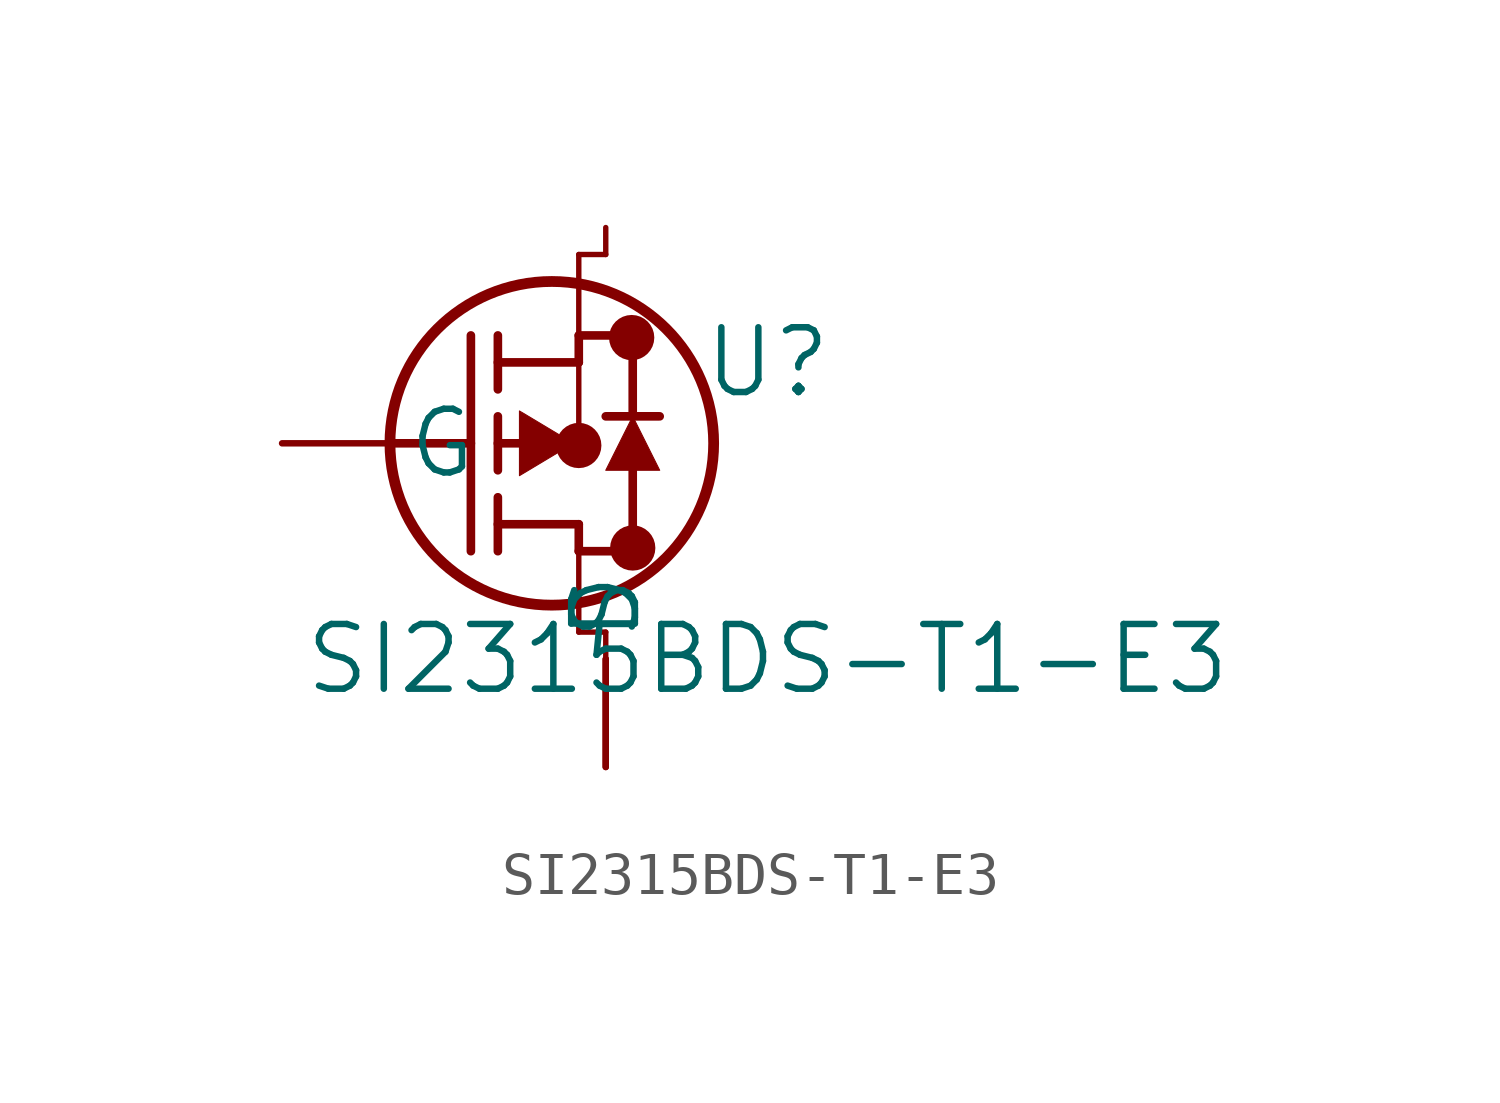
<source format=kicad_sym>
(kicad_symbol_lib
  (version 20211014)
  (generator kicad_symbol_editor)
  (symbol "SI2315BDS-T1-E3"
    (pin_numbers hide)
    (pin_names
      (offset 0.381))
    (property "Reference" "U"
      (at 11.43 1.905 0)
      (effects (font (size 1.524 1.524))))
    (property "Value" "SI2315BDS-T1-E3"
      (at 11.43 -5.08 0)
      (effects (font (size 1.524 1.524))))
    (property "Datasheet" ""
      (at 0 0 0)
      (effects (font (size 1.524 1.524))))
    (property "ki_locked" ""
      (at 0 0 0)
      (effects (font (size 1.27 1.27))))
    (symbol "SI2315BDS-T1-E3_1_1"
      (polyline (pts (xy 2.54 0) (xy 4.445 0)) (stroke (width 0.203) (type default) (color 0 0 0 0)) (fill (type none)))
      (polyline (pts (xy 4.445 -2.54) (xy 4.445 2.54)) (stroke (width 0.203) (type default) (color 0 0 0 0)) (fill (type none)))
      (polyline (pts (xy 5.08 -2.54) (xy 5.08 -1.27)) (stroke (width 0.203) (type default) (color 0 0 0 0)) (fill (type none)))
      (polyline (pts (xy 5.08 -1.905) (xy 6.985 -1.905)) (stroke (width 0.203) (type default) (color 0 0 0 0)) (fill (type none)))
      (polyline (pts (xy 5.08 -0.635) (xy 5.08 0.635)) (stroke (width 0.203) (type default) (color 0 0 0 0)) (fill (type none)))
      (polyline (pts (xy 5.08 0) (xy 5.842 0)) (stroke (width 0.203) (type default) (color 0 0 0 0)) (fill (type none)))
      (polyline (pts (xy 5.08 1.27) (xy 5.08 2.54)) (stroke (width 0.203) (type default) (color 0 0 0 0)) (fill (type none)))
      (polyline (pts (xy 5.08 1.905) (xy 6.985 1.905)) (stroke (width 0.203) (type default) (color 0 0 0 0)) (fill (type none)))
      (polyline (pts (xy 6.985 -2.54) (xy 6.985 -4.445)) (stroke (width 0.127) (type default) (color 0 0 0 0)) (fill (type none)))
      (polyline (pts (xy 6.985 -2.54) (xy 6.985 -1.905)) (stroke (width 0.203) (type default) (color 0 0 0 0)) (fill (type none)))
      (polyline (pts (xy 6.985 -2.54) (xy 8.255 -2.54)) (stroke (width 0.203) (type default) (color 0 0 0 0)) (fill (type none)))
      (polyline (pts (xy 6.985 -0.051) (xy 6.604 0)) (stroke (width 0.127) (type default) (color 0 0 0 0)) (fill (type none)))
      (polyline (pts (xy 6.985 1.905) (xy 6.985 -0.051)) (stroke (width 0.127) (type default) (color 0 0 0 0)) (fill (type none)))
      (polyline (pts (xy 6.985 1.905) (xy 6.985 2.54)) (stroke (width 0.203) (type default) (color 0 0 0 0)) (fill (type none)))
      (polyline (pts (xy 6.985 2.54) (xy 8.255 2.54)) (stroke (width 0.203) (type default) (color 0 0 0 0)) (fill (type none)))
      (polyline (pts (xy 6.985 4.445) (xy 6.985 2.54)) (stroke (width 0.127) (type default) (color 0 0 0 0)) (fill (type none)))
      (polyline (pts (xy 7.62 -4.445) (xy 6.985 -4.445)) (stroke (width 0.127) (type default) (color 0 0 0 0)) (fill (type none)))
      (polyline (pts (xy 7.62 -4.445) (xy 7.62 -5.08)) (stroke (width 0.127) (type default) (color 0 0 0 0)) (fill (type none)))
      (polyline (pts (xy 7.62 4.445) (xy 6.985 4.445)) (stroke (width 0.127) (type default) (color 0 0 0 0)) (fill (type none)))
      (polyline (pts (xy 7.62 5.08) (xy 7.62 4.445)) (stroke (width 0.127) (type default) (color 0 0 0 0)) (fill (type none)))
      (polyline (pts (xy 8.255 -2.54) (xy 8.255 -0.635)) (stroke (width 0.203) (type default) (color 0 0 0 0)) (fill (type none)))
      (polyline (pts (xy 8.255 0.635) (xy 8.255 2.54)) (stroke (width 0.203) (type default) (color 0 0 0 0)) (fill (type none)))
      (polyline (pts (xy 8.89 0.635) (xy 7.62 0.635)) (stroke (width 0.203) (type default) (color 0 0 0 0)) (fill (type none)))
      (polyline (pts (xy 5.588 0.762) (xy 6.858 0) (xy 5.588 -0.762) (xy 5.588 0.762)) (stroke (width 0.025) (type default) (color 0 0 0 0)) (fill (type outline)))
      (polyline (pts (xy 8.89 -0.635) (xy 7.62 -0.635) (xy 8.255 0.635) (xy 8.89 -0.635)) (stroke (width 0.025) (type default) (color 0 0 0 0)) (fill (type outline)))
      (circle (center 6.35 0) (radius 3.81) (stroke (width 0.254) (type default) (color 0 0 0 0)) (fill (type none)))
      (circle (center 6.985 -0.051) (radius 0.025) (stroke (width 0.508) (type default) (color 0 0 0 0)) (fill (type none)))
      (circle (center 8.23 2.489) (radius 0.025) (stroke (width 0.508) (type default) (color 0 0 0 0)) (fill (type none)))
      (circle (center 8.255 -2.464) (radius 0.025) (stroke (width 0.508) (type default) (color 0 0 0 0)) (fill (type none)))
      (pin unspecified line (at 0 0 0) (length 2.54) (name "G" (effects (font (size 1.499 1.499)))) (number "1" (effects (font (size 1.499 1.499)))))
      (pin unspecified line (at 7.62 -7.62 90) (length 2.54) (name "S" (effects (font (size 1.499 1.499)))) (number "2" (effects (font (size 1.499 1.499)))))
      (pin unspecified line (at 7.62 -7.62 90) (length 2.54) (name "D" (effects (font (size 1.499 1.499)))) (number "3" (effects (font (size 1.499 1.499))))))))
</source>
